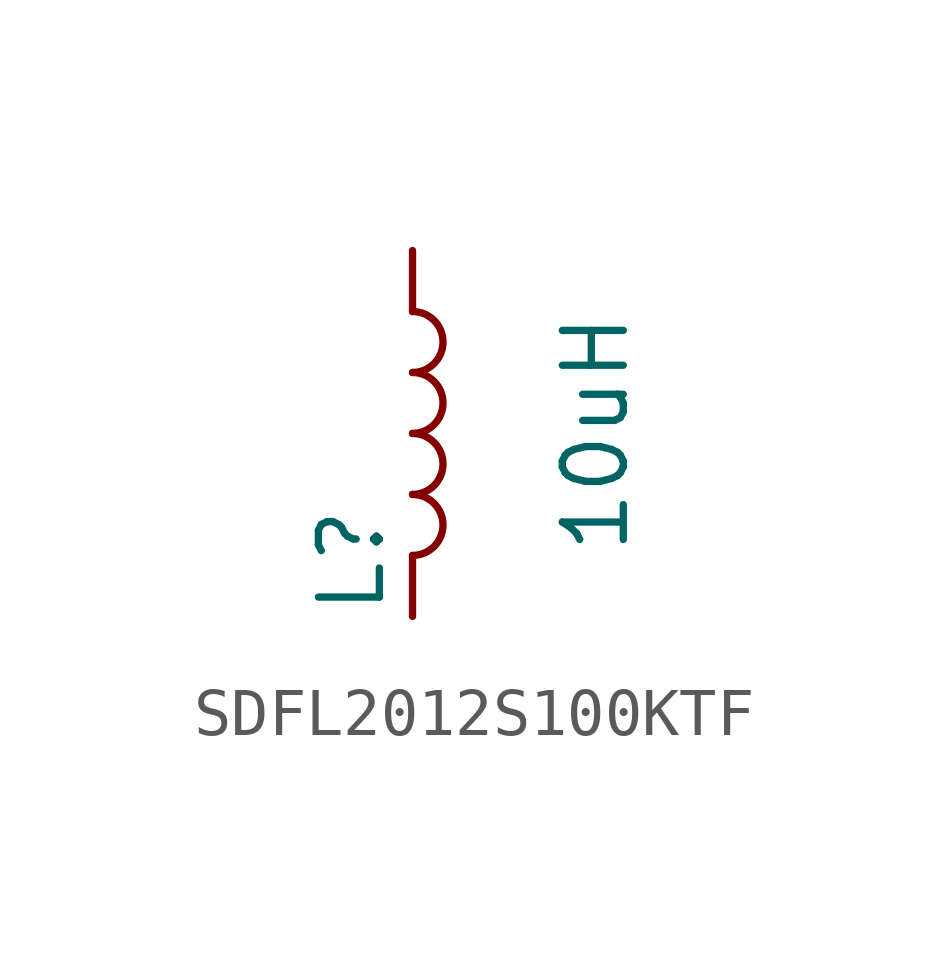
<source format=kicad_sym>
(kicad_symbol_lib
  (version 20211014)
  (generator conandllu_kicad_symbol_generator_20230922_18:37:21)
  (symbol "SDFL2012S100KTF"
    (pin_numbers hide)
    (pin_names
      (offset 0.254))
    (property "Reference" "L"
      (at -1.27 -3.81 90)
      (effects (font (size 1.27 1.27)) (justify left)))
    (property "Value" "10uH"
      (at 3.81 0 90)
      (effects (font (size 1.27 1.27))))
    (symbol "SDFL2012S100KTF_0_1"
      (arc (start 0 -2.54) (mid 0.6323 -1.905) (end 0 -1.27) (stroke (width 0) (type default)) (fill (type none)))
      (arc (start 0 -1.27) (mid 0.6323 -0.635) (end 0 0) (stroke (width 0) (type default)) (fill (type none)))
      (arc (start 0 0) (mid 0.6323 0.635) (end 0 1.27) (stroke (width 0) (type default)) (fill (type none)))
      (arc (start 0 1.27) (mid 0.6323 1.905) (end 0 2.54) (stroke (width 0) (type default)) (fill (type none))))
    (symbol "SDFL2012S100KTF_1_1"
      (pin passive line (at 0 3.81 270) (length 1.27) (name "~" (effects (font (size 1.27 1.27)))) (number "1" (effects (font (size 1.27 1.27)))))
      (pin passive line (at 0 -3.81 90) (length 1.27) (name "~" (effects (font (size 1.27 1.27)))) (number "2" (effects (font (size 1.27 1.27))))))))
</source>
